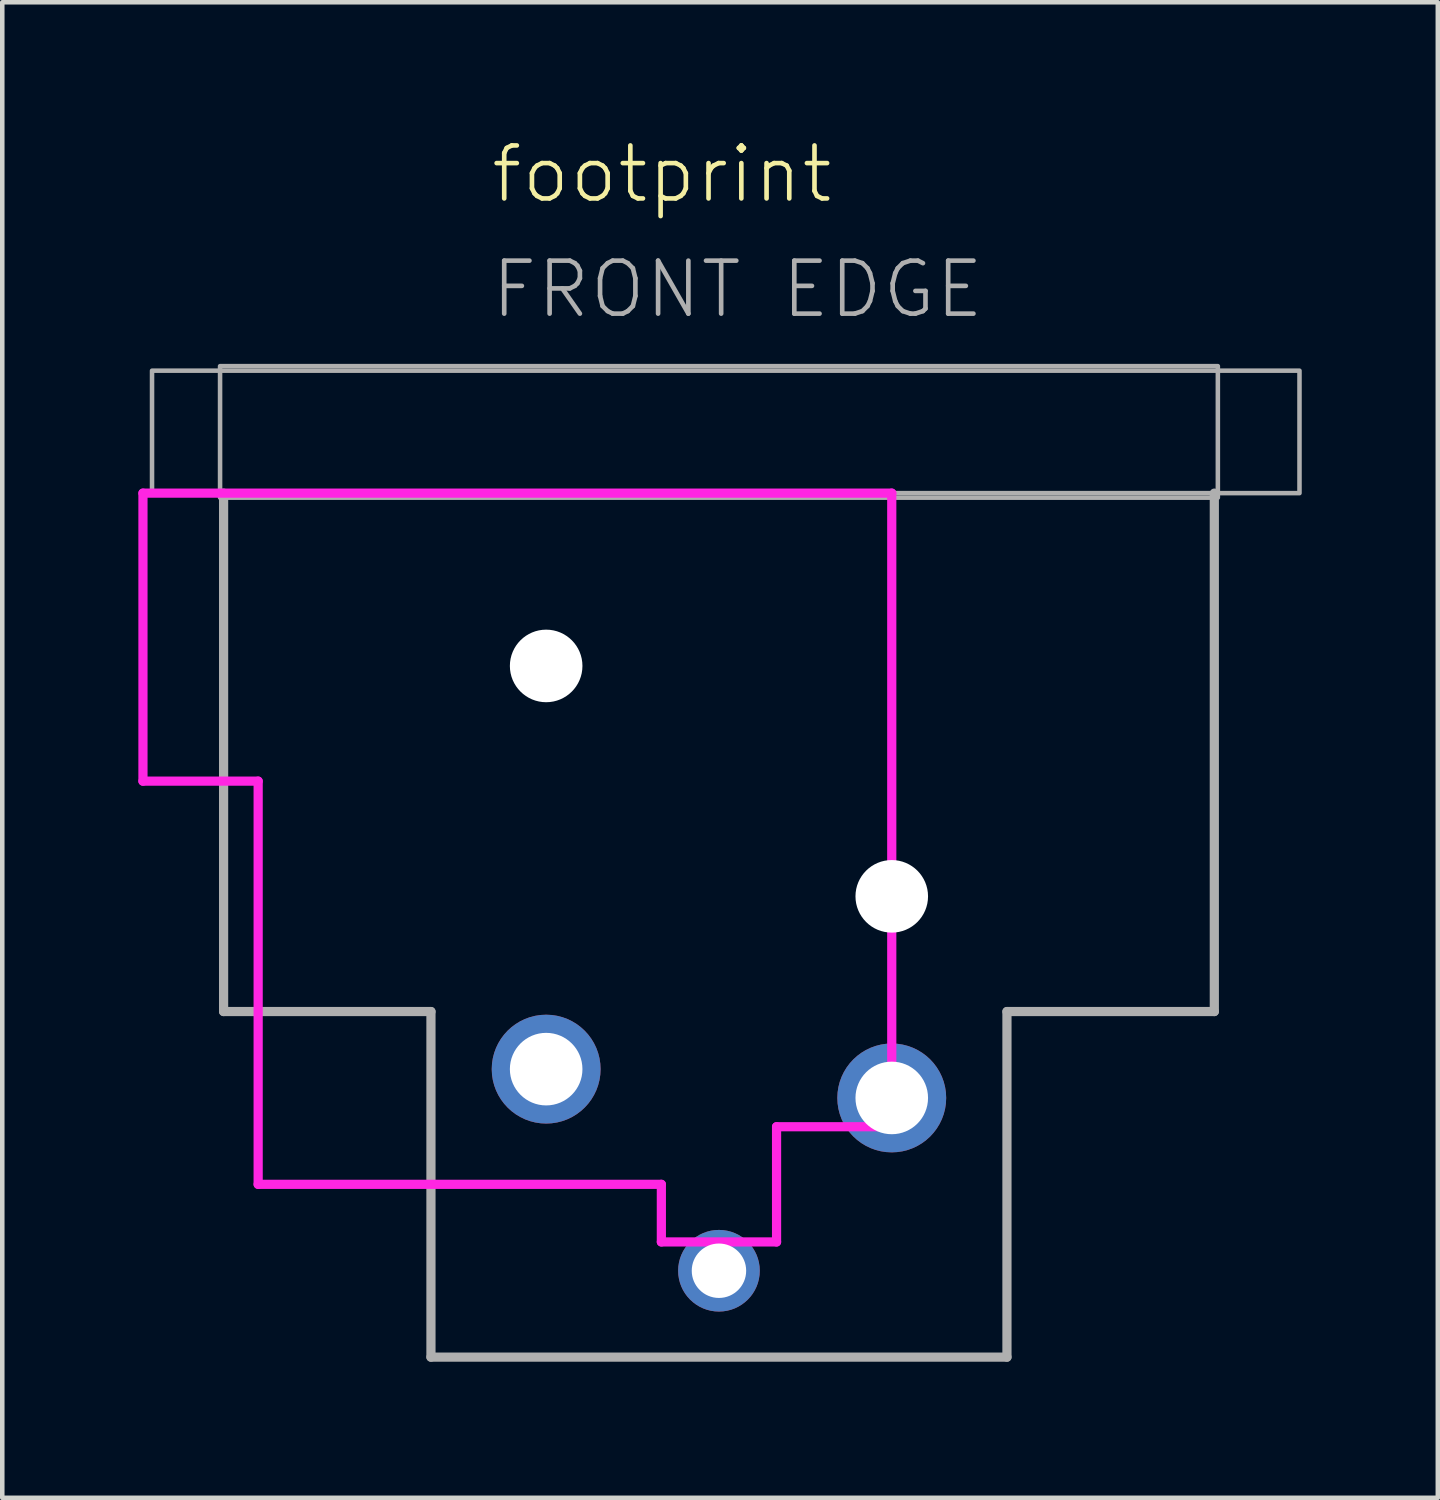
<source format=kicad_pcb>
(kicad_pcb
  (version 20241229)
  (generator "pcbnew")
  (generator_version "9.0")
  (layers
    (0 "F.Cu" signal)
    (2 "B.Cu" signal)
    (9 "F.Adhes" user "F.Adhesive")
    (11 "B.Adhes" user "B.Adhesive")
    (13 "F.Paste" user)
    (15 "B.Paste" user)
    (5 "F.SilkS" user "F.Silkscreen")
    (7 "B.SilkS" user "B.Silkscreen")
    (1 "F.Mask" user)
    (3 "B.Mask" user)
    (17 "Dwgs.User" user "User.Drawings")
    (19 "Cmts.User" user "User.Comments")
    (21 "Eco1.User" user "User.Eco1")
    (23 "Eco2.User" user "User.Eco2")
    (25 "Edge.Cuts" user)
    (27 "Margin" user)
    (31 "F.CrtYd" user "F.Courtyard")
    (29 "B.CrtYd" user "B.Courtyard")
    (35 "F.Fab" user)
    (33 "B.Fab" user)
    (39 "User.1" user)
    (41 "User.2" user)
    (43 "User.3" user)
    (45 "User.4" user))
  (footprint "footprint"
    (layer "F.Cu")
    (at 12.802 20.523)
    (property "Reference" "footprint" (at -5.08 -19.05 0) (layer "F.SilkS") (effects (font (size 1.168 1.168) (thickness 0.102)) (justify left bottom)))
    (fp_line (start -12.7 -12.7) (end -12.7 -6.35) (stroke (width 0.203) (type solid)) (layer "F.CrtYd"))
    (fp_line (start -12.7 -6.35) (end -10.16 -6.35) (stroke (width 0.203) (type solid)) (layer "F.CrtYd"))
    (fp_line (start -10.16 -6.35) (end -10.16 2.54) (stroke (width 0.203) (type solid)) (layer "F.CrtYd"))
    (fp_line (start -10.16 2.54) (end -1.27 2.54) (stroke (width 0.203) (type solid)) (layer "F.CrtYd"))
    (fp_line (start -1.27 2.54) (end -1.27 3.81) (stroke (width 0.203) (type solid)) (layer "F.CrtYd"))
    (fp_line (start -1.27 3.81) (end 1.27 3.81) (stroke (width 0.203) (type solid)) (layer "F.CrtYd"))
    (fp_line (start 1.27 1.27) (end 3.81 1.27) (stroke (width 0.203) (type solid)) (layer "F.CrtYd"))
    (fp_line (start 1.27 3.81) (end 1.27 1.27) (stroke (width 0.203) (type solid)) (layer "F.CrtYd"))
    (fp_line (start 3.81 -12.7) (end -12.7 -12.7) (stroke (width 0.203) (type solid)) (layer "F.CrtYd"))
    (fp_line (start 3.81 1.27) (end 3.81 -12.7) (stroke (width 0.203) (type solid)) (layer "F.CrtYd"))
    (fp_line (start -10.922 -12.7) (end -10.922 -1.27) (stroke (width 0.203) (type solid)) (layer "F.Fab"))
    (fp_line (start -10.922 -1.27) (end -6.35 -1.27) (stroke (width 0.203) (type solid)) (layer "F.Fab"))
    (fp_line (start -6.35 -1.27) (end -6.35 6.35) (stroke (width 0.203) (type solid)) (layer "F.Fab"))
    (fp_line (start -6.35 6.35) (end 6.35 6.35) (stroke (width 0.203) (type solid)) (layer "F.Fab"))
    (fp_line (start 6.35 -1.27) (end 10.922 -1.27) (stroke (width 0.203) (type solid)) (layer "F.Fab"))
    (fp_line (start 6.35 6.35) (end 6.35 -1.27) (stroke (width 0.203) (type solid)) (layer "F.Fab"))
    (fp_line (start 10.922 -1.27) (end 10.922 -12.7) (stroke (width 0.203) (type solid)) (layer "F.Fab"))
    (fp_poly (pts (xy -12.5 -12.7) (xy 12.8 -12.7) (xy 12.8 -15.4) (xy -12.5 -15.4)) (stroke (width 0.1) (type solid)) (fill no) (layer "F.Fab"))
    (fp_poly (pts (xy -11 -12.6) (xy 11 -12.6) (xy 11 -15.5) (xy -11 -15.5)) (stroke (width 0.1) (type solid)) (fill no) (layer "F.Fab"))
    (fp_text user "FRONT EDGE" (at -5.08 -16.51 0) (layer "F.Fab") (effects (font (size 1.168 1.168) (thickness 0.102)) (justify left bottom)))
    (pad "" np_thru_hole circle (at -3.81 -8.89) (size 1.6 1.6) (drill 1.6) (layers "*.Cu" "*.Mask"))
    (pad "" np_thru_hole circle (at 3.81 -3.81) (size 1.6 1.6) (drill 1.6) (layers "*.Cu" "*.Mask"))
    (pad "1" thru_hole circle (at -3.81 0) (size 2.4 2.4) (drill 1.6) (layers "*.Cu" "*.Mask"))
    (pad "2" thru_hole circle (at 3.81 0.635) (size 2.4 2.4) (drill 1.6) (layers "*.Cu" "*.Mask"))
    (pad "3" thru_hole circle (at 0 4.445) (size 1.8 1.8) (drill 1.2) (layers "*.Cu" "*.Mask")))
  (gr_rect
    (start -3 -3)
    (end 28.652 29.975)
    (stroke (width 0.1) (type default))
    (fill no)
    (layer "Edge.Cuts")))
</source>
